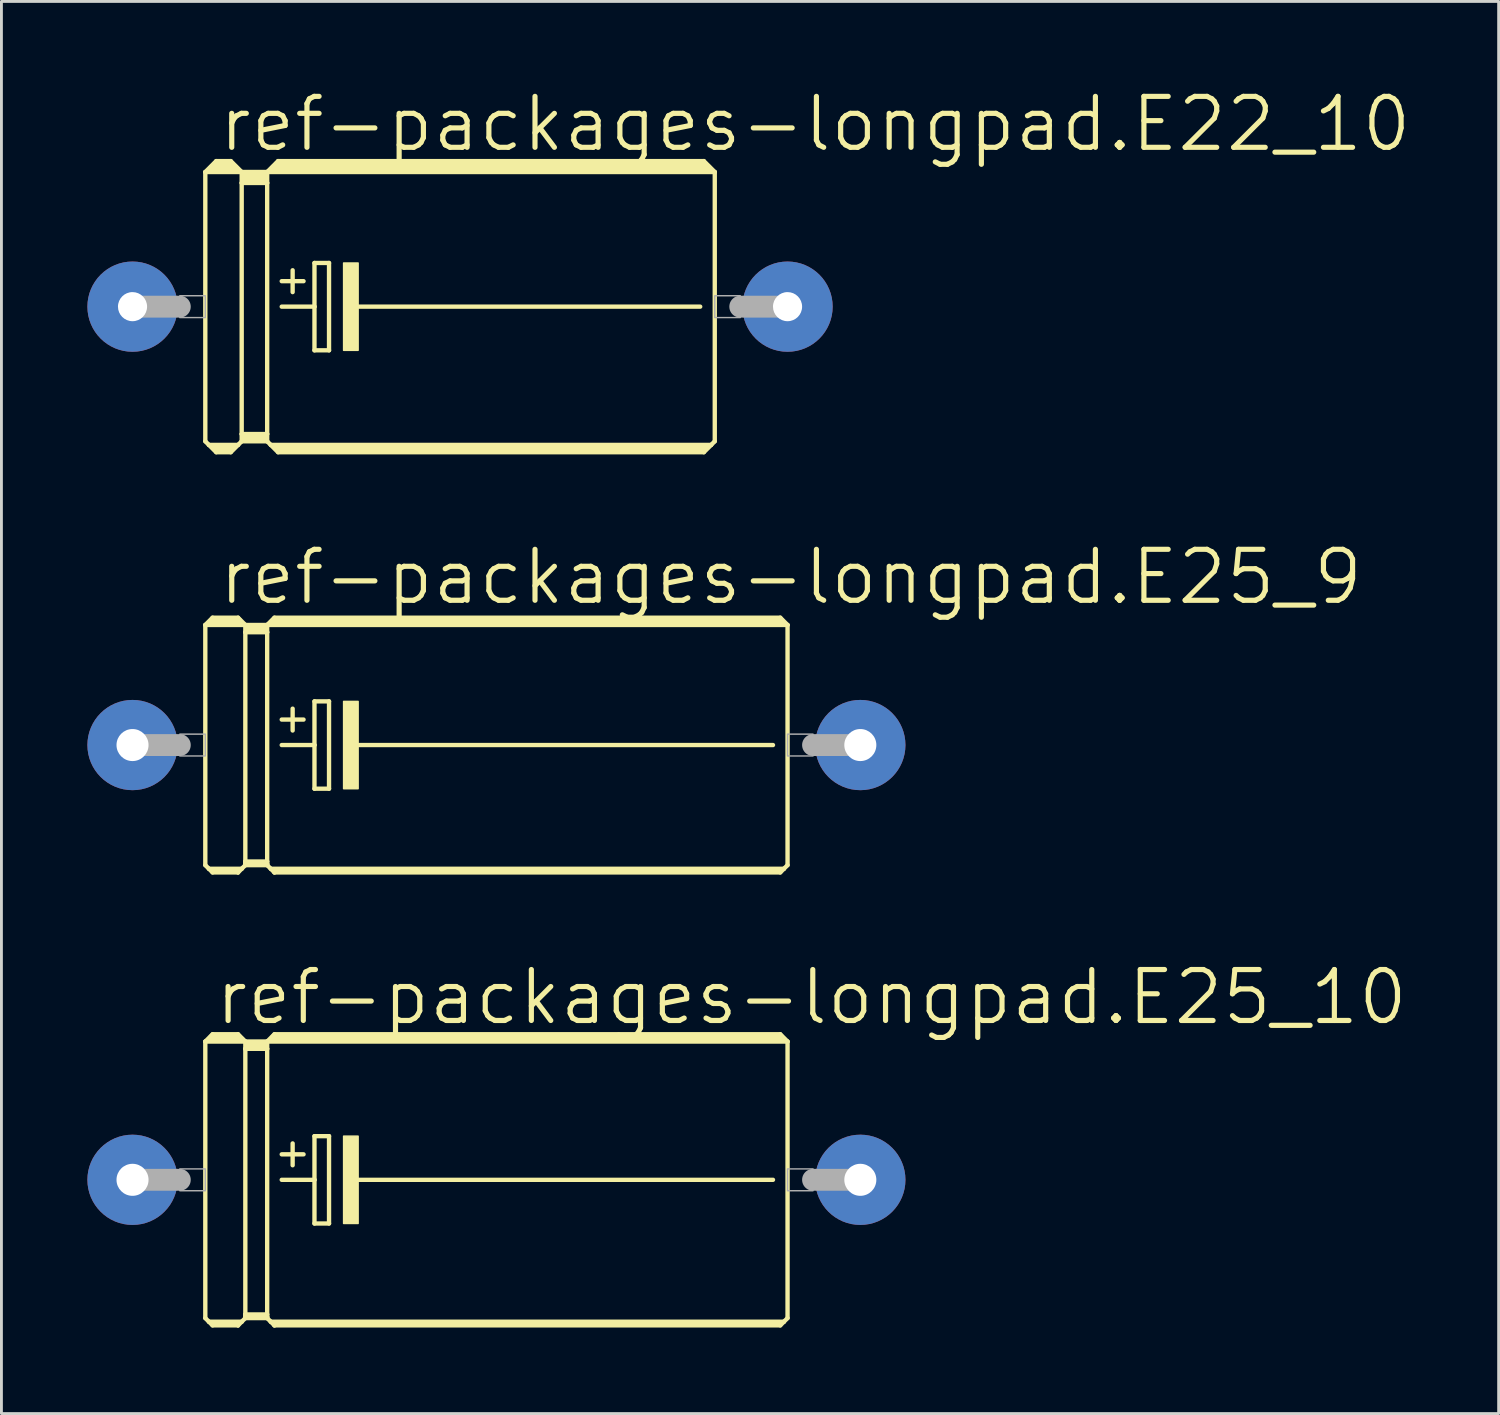
<source format=kicad_pcb>
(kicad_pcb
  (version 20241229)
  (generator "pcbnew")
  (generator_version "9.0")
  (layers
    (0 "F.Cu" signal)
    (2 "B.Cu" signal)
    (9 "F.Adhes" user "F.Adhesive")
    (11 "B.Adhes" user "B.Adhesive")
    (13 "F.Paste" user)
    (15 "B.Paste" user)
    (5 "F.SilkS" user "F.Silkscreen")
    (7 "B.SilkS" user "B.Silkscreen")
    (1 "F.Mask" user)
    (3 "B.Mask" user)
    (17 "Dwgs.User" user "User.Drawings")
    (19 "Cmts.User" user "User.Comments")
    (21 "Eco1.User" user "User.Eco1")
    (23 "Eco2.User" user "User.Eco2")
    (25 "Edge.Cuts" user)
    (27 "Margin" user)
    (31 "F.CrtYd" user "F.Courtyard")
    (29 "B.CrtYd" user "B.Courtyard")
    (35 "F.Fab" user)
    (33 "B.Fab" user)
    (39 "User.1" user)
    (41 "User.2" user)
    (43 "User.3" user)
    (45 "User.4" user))
  (footprint "ref-packages-longpad.E25_9"
    (layer "F.Cu")
    (at 14.275 22.952)
    (property "Reference" "ref-packages-longpad.E25_9" (at -9.779 -4.826 0) (layer "F.SilkS") (effects (font (size 1.778 1.778) (thickness 0.18)) (justify left bottom)))
    (attr through_hole)
    (fp_line (start -10.16 -4.191) (end -10.16 4.191) (stroke (width 0.152) (type default)) (layer "F.SilkS"))
    (fp_line (start -10.16 -4.191) (end -9.906 -4.445) (stroke (width 0.152) (type default)) (layer "F.SilkS"))
    (fp_line (start -10.16 -4.191) (end -8.763 -4.191) (stroke (width 0.152) (type default)) (layer "F.SilkS"))
    (fp_line (start -10.16 4.191) (end -10.033 4.318) (stroke (width 0.152) (type default)) (layer "F.SilkS"))
    (fp_line (start -10.033 4.318) (end -9.906 4.445) (stroke (width 0.152) (type default)) (layer "F.SilkS"))
    (fp_line (start -10.033 4.318) (end -8.89 4.318) (stroke (width 0.152) (type default)) (layer "F.SilkS"))
    (fp_line (start -9.906 -4.445) (end -9.017 -4.445) (stroke (width 0.152) (type default)) (layer "F.SilkS"))
    (fp_line (start -9.906 -4.318) (end -9.017 -4.318) (stroke (width 0.305) (type default)) (layer "F.SilkS"))
    (fp_line (start -9.906 4.394) (end -9.017 4.394) (stroke (width 0.152) (type default)) (layer "F.SilkS"))
    (fp_line (start -9.906 4.445) (end -9.017 4.445) (stroke (width 0.152) (type default)) (layer "F.SilkS"))
    (fp_line (start -9.017 -4.445) (end -8.763 -4.191) (stroke (width 0.152) (type default)) (layer "F.SilkS"))
    (fp_line (start -9.017 4.394) (end -9.017 4.445) (stroke (width 0.152) (type default)) (layer "F.SilkS"))
    (fp_line (start -9.017 4.445) (end -8.89 4.318) (stroke (width 0.152) (type default)) (layer "F.SilkS"))
    (fp_line (start -8.89 4.318) (end -8.763 4.191) (stroke (width 0.152) (type default)) (layer "F.SilkS"))
    (fp_line (start -8.763 -4.191) (end -8.763 -3.937) (stroke (width 0.152) (type default)) (layer "F.SilkS"))
    (fp_line (start -8.763 -3.937) (end -8.001 -3.937) (stroke (width 0.152) (type default)) (layer "F.SilkS"))
    (fp_line (start -8.763 4.064) (end -8.763 -3.937) (stroke (width 0.152) (type default)) (layer "F.SilkS"))
    (fp_line (start -8.763 4.064) (end -8.001 4.064) (stroke (width 0.152) (type default)) (layer "F.SilkS"))
    (fp_line (start -8.763 4.14) (end -8.763 4.064) (stroke (width 0.152) (type default)) (layer "F.SilkS"))
    (fp_line (start -8.763 4.14) (end -8.001 4.14) (stroke (width 0.152) (type default)) (layer "F.SilkS"))
    (fp_line (start -8.763 4.191) (end -8.763 4.14) (stroke (width 0.152) (type default)) (layer "F.SilkS"))
    (fp_line (start -8.636 -4.064) (end -8.128 -4.064) (stroke (width 0.305) (type default)) (layer "F.SilkS"))
    (fp_line (start -8.001 -4.191) (end -8.763 -4.191) (stroke (width 0.152) (type default)) (layer "F.SilkS"))
    (fp_line (start -8.001 -4.191) (end -8.001 -3.937) (stroke (width 0.152) (type default)) (layer "F.SilkS"))
    (fp_line (start -8.001 -4.191) (end 10.16 -4.191) (stroke (width 0.152) (type default)) (layer "F.SilkS"))
    (fp_line (start -8.001 4.064) (end -8.001 -3.937) (stroke (width 0.152) (type default)) (layer "F.SilkS"))
    (fp_line (start -8.001 4.14) (end -8.001 4.064) (stroke (width 0.152) (type default)) (layer "F.SilkS"))
    (fp_line (start -8.001 4.191) (end -8.763 4.191) (stroke (width 0.152) (type default)) (layer "F.SilkS"))
    (fp_line (start -8.001 4.191) (end -8.001 4.14) (stroke (width 0.152) (type default)) (layer "F.SilkS"))
    (fp_line (start -7.874 4.318) (end -8.001 4.191) (stroke (width 0.152) (type default)) (layer "F.SilkS"))
    (fp_line (start -7.874 4.318) (end 10.033 4.318) (stroke (width 0.152) (type default)) (layer "F.SilkS"))
    (fp_line (start -7.747 -4.445) (end -8.001 -4.191) (stroke (width 0.152) (type default)) (layer "F.SilkS"))
    (fp_line (start -7.747 -4.445) (end 9.906 -4.445) (stroke (width 0.152) (type default)) (layer "F.SilkS"))
    (fp_line (start -7.747 -4.318) (end 9.906 -4.318) (stroke (width 0.305) (type default)) (layer "F.SilkS"))
    (fp_line (start -7.747 4.394) (end 9.906 4.394) (stroke (width 0.152) (type default)) (layer "F.SilkS"))
    (fp_line (start -7.747 4.445) (end -7.874 4.318) (stroke (width 0.152) (type default)) (layer "F.SilkS"))
    (fp_line (start -7.747 4.445) (end -7.747 4.394) (stroke (width 0.152) (type default)) (layer "F.SilkS"))
    (fp_line (start -7.747 4.445) (end 9.906 4.445) (stroke (width 0.152) (type default)) (layer "F.SilkS"))
    (fp_line (start -7.493 -0.889) (end -6.731 -0.889) (stroke (width 0.152) (type default)) (layer "F.SilkS"))
    (fp_line (start -7.493 0) (end -6.35 0) (stroke (width 0.152) (type default)) (layer "F.SilkS"))
    (fp_line (start -7.112 -1.27) (end -7.112 -0.508) (stroke (width 0.152) (type default)) (layer "F.SilkS"))
    (fp_line (start -6.35 -1.524) (end -6.35 0) (stroke (width 0.152) (type default)) (layer "F.SilkS"))
    (fp_line (start -6.35 0) (end -6.35 1.524) (stroke (width 0.152) (type default)) (layer "F.SilkS"))
    (fp_line (start -6.35 1.524) (end -5.842 1.524) (stroke (width 0.152) (type default)) (layer "F.SilkS"))
    (fp_line (start -5.842 -1.524) (end -6.35 -1.524) (stroke (width 0.152) (type default)) (layer "F.SilkS"))
    (fp_line (start -5.842 1.524) (end -5.842 -1.524) (stroke (width 0.152) (type default)) (layer "F.SilkS"))
    (fp_line (start -4.953 0) (end 9.652 0) (stroke (width 0.152) (type default)) (layer "F.SilkS"))
    (fp_line (start 9.906 -4.445) (end 10.16 -4.191) (stroke (width 0.152) (type default)) (layer "F.SilkS"))
    (fp_line (start 9.906 4.445) (end 10.033 4.318) (stroke (width 0.152) (type default)) (layer "F.SilkS"))
    (fp_line (start 10.033 4.318) (end 10.16 4.191) (stroke (width 0.152) (type default)) (layer "F.SilkS"))
    (fp_line (start 10.16 4.191) (end 10.16 -4.191) (stroke (width 0.152) (type default)) (layer "F.SilkS"))
    (fp_rect (start -5.334 1.524) (end -4.826 -1.524) (stroke (width 0.05) (type default)) (fill yes) (layer "F.SilkS"))
    (fp_line (start -12.7 0) (end -11.049 0) (stroke (width 0.762) (type default)) (layer "F.Fab"))
    (fp_line (start 12.7 0) (end 11.049 0) (stroke (width 0.762) (type default)) (layer "F.Fab"))
    (fp_rect (start -11.049 0.381) (end -10.16 -0.381) (stroke (width 0.05) (type default)) (fill no) (layer "F.Fab"))
    (fp_rect (start 10.16 0.381) (end 11.049 -0.381) (stroke (width 0.05) (type default)) (fill no) (layer "F.Fab"))
    (pad "+" thru_hole circle (at -12.7 0) (size 3.15 3.15) (drill 1.118) (layers "*.Cu" "*.Mask"))
    (pad "-" thru_hole circle (at 12.7 0) (size 3.15 3.15) (drill 1.118) (layers "*.Cu" "*.Mask")))
  (footprint "ref-packages-longpad.E25_10"
    (layer "F.Cu")
    (at 14.275 38.125)
    (property "Reference" "ref-packages-longpad.E25_10" (at -9.906 -5.334 0) (layer "F.SilkS") (effects (font (size 1.778 1.778) (thickness 0.18)) (justify left bottom)))
    (attr through_hole)
    (fp_line (start -10.16 -4.826) (end -10.16 4.826) (stroke (width 0.152) (type default)) (layer "F.SilkS"))
    (fp_line (start -10.16 -4.826) (end -9.906 -5.08) (stroke (width 0.152) (type default)) (layer "F.SilkS"))
    (fp_line (start -10.16 -4.826) (end -8.763 -4.826) (stroke (width 0.152) (type default)) (layer "F.SilkS"))
    (fp_line (start -10.16 4.826) (end -10.033 4.953) (stroke (width 0.152) (type default)) (layer "F.SilkS"))
    (fp_line (start -10.033 4.953) (end -9.906 5.08) (stroke (width 0.152) (type default)) (layer "F.SilkS"))
    (fp_line (start -10.033 4.953) (end -8.89 4.953) (stroke (width 0.152) (type default)) (layer "F.SilkS"))
    (fp_line (start -9.906 -5.08) (end -9.017 -5.08) (stroke (width 0.152) (type default)) (layer "F.SilkS"))
    (fp_line (start -9.906 -4.953) (end -9.017 -4.953) (stroke (width 0.305) (type default)) (layer "F.SilkS"))
    (fp_line (start -9.906 5.029) (end -9.017 5.029) (stroke (width 0.152) (type default)) (layer "F.SilkS"))
    (fp_line (start -9.906 5.08) (end -9.017 5.08) (stroke (width 0.152) (type default)) (layer "F.SilkS"))
    (fp_line (start -9.017 -5.08) (end -8.763 -4.826) (stroke (width 0.152) (type default)) (layer "F.SilkS"))
    (fp_line (start -9.017 5.029) (end -9.017 5.08) (stroke (width 0.152) (type default)) (layer "F.SilkS"))
    (fp_line (start -9.017 5.08) (end -8.89 4.953) (stroke (width 0.152) (type default)) (layer "F.SilkS"))
    (fp_line (start -8.89 4.953) (end -8.763 4.826) (stroke (width 0.152) (type default)) (layer "F.SilkS"))
    (fp_line (start -8.763 -4.826) (end -8.763 -4.572) (stroke (width 0.152) (type default)) (layer "F.SilkS"))
    (fp_line (start -8.763 -4.572) (end -8.001 -4.572) (stroke (width 0.152) (type default)) (layer "F.SilkS"))
    (fp_line (start -8.763 4.699) (end -8.763 -4.572) (stroke (width 0.152) (type default)) (layer "F.SilkS"))
    (fp_line (start -8.763 4.699) (end -8.001 4.699) (stroke (width 0.152) (type default)) (layer "F.SilkS"))
    (fp_line (start -8.763 4.775) (end -8.763 4.699) (stroke (width 0.152) (type default)) (layer "F.SilkS"))
    (fp_line (start -8.763 4.775) (end -8.001 4.775) (stroke (width 0.152) (type default)) (layer "F.SilkS"))
    (fp_line (start -8.763 4.826) (end -8.763 4.775) (stroke (width 0.152) (type default)) (layer "F.SilkS"))
    (fp_line (start -8.636 -4.699) (end -8.128 -4.699) (stroke (width 0.305) (type default)) (layer "F.SilkS"))
    (fp_line (start -8.001 -4.826) (end -8.763 -4.826) (stroke (width 0.152) (type default)) (layer "F.SilkS"))
    (fp_line (start -8.001 -4.826) (end -8.001 -4.572) (stroke (width 0.152) (type default)) (layer "F.SilkS"))
    (fp_line (start -8.001 -4.826) (end 10.16 -4.826) (stroke (width 0.152) (type default)) (layer "F.SilkS"))
    (fp_line (start -8.001 4.699) (end -8.001 -4.572) (stroke (width 0.152) (type default)) (layer "F.SilkS"))
    (fp_line (start -8.001 4.775) (end -8.001 4.699) (stroke (width 0.152) (type default)) (layer "F.SilkS"))
    (fp_line (start -8.001 4.826) (end -8.763 4.826) (stroke (width 0.152) (type default)) (layer "F.SilkS"))
    (fp_line (start -8.001 4.826) (end -8.001 4.775) (stroke (width 0.152) (type default)) (layer "F.SilkS"))
    (fp_line (start -7.874 4.953) (end -8.001 4.826) (stroke (width 0.152) (type default)) (layer "F.SilkS"))
    (fp_line (start -7.874 4.953) (end 10.033 4.953) (stroke (width 0.152) (type default)) (layer "F.SilkS"))
    (fp_line (start -7.747 -5.08) (end -8.001 -4.826) (stroke (width 0.152) (type default)) (layer "F.SilkS"))
    (fp_line (start -7.747 -5.08) (end 9.906 -5.08) (stroke (width 0.152) (type default)) (layer "F.SilkS"))
    (fp_line (start -7.747 -4.953) (end 9.906 -4.953) (stroke (width 0.305) (type default)) (layer "F.SilkS"))
    (fp_line (start -7.747 5.029) (end 9.906 5.029) (stroke (width 0.152) (type default)) (layer "F.SilkS"))
    (fp_line (start -7.747 5.08) (end -7.874 4.953) (stroke (width 0.152) (type default)) (layer "F.SilkS"))
    (fp_line (start -7.747 5.08) (end -7.747 5.029) (stroke (width 0.152) (type default)) (layer "F.SilkS"))
    (fp_line (start -7.747 5.08) (end 9.906 5.08) (stroke (width 0.152) (type default)) (layer "F.SilkS"))
    (fp_line (start -7.493 -0.889) (end -6.731 -0.889) (stroke (width 0.152) (type default)) (layer "F.SilkS"))
    (fp_line (start -7.493 0) (end -6.35 0) (stroke (width 0.152) (type default)) (layer "F.SilkS"))
    (fp_line (start -7.112 -1.27) (end -7.112 -0.508) (stroke (width 0.152) (type default)) (layer "F.SilkS"))
    (fp_line (start -6.35 -1.524) (end -6.35 0) (stroke (width 0.152) (type default)) (layer "F.SilkS"))
    (fp_line (start -6.35 0) (end -6.35 1.524) (stroke (width 0.152) (type default)) (layer "F.SilkS"))
    (fp_line (start -6.35 1.524) (end -5.842 1.524) (stroke (width 0.152) (type default)) (layer "F.SilkS"))
    (fp_line (start -5.842 -1.524) (end -6.35 -1.524) (stroke (width 0.152) (type default)) (layer "F.SilkS"))
    (fp_line (start -5.842 1.524) (end -5.842 -1.524) (stroke (width 0.152) (type default)) (layer "F.SilkS"))
    (fp_line (start -4.953 0) (end 9.652 0) (stroke (width 0.152) (type default)) (layer "F.SilkS"))
    (fp_line (start 9.906 -5.08) (end 10.16 -4.826) (stroke (width 0.152) (type default)) (layer "F.SilkS"))
    (fp_line (start 9.906 5.08) (end 10.033 4.953) (stroke (width 0.152) (type default)) (layer "F.SilkS"))
    (fp_line (start 10.033 4.953) (end 10.16 4.826) (stroke (width 0.152) (type default)) (layer "F.SilkS"))
    (fp_line (start 10.16 4.826) (end 10.16 -4.826) (stroke (width 0.152) (type default)) (layer "F.SilkS"))
    (fp_rect (start -5.334 1.524) (end -4.826 -1.524) (stroke (width 0.05) (type default)) (fill yes) (layer "F.SilkS"))
    (fp_line (start -12.7 0) (end -11.049 0) (stroke (width 0.762) (type default)) (layer "F.Fab"))
    (fp_line (start 12.7 0) (end 11.049 0) (stroke (width 0.762) (type default)) (layer "F.Fab"))
    (fp_rect (start -11.049 0.381) (end -10.16 -0.381) (stroke (width 0.05) (type default)) (fill no) (layer "F.Fab"))
    (fp_rect (start 10.16 0.381) (end 11.049 -0.381) (stroke (width 0.05) (type default)) (fill no) (layer "F.Fab"))
    (pad "+" thru_hole circle (at -12.7 0) (size 3.15 3.15) (drill 1.118) (layers "*.Cu" "*.Mask"))
    (pad "-" thru_hole circle (at 12.7 0) (size 3.15 3.15) (drill 1.118) (layers "*.Cu" "*.Mask")))
  (footprint "ref-packages-longpad.E22_10"
    (layer "F.Cu")
    (at 13.005 7.652)
    (property "Reference" "ref-packages-longpad.E22_10" (at -8.509 -5.334 0) (layer "F.SilkS") (effects (font (size 1.778 1.778) (thickness 0.18)) (justify left bottom)))
    (attr through_hole)
    (fp_line (start -8.89 -4.699) (end -8.89 4.699) (stroke (width 0.152) (type default)) (layer "F.SilkS"))
    (fp_line (start -8.89 -4.699) (end -8.509 -5.08) (stroke (width 0.152) (type default)) (layer "F.SilkS"))
    (fp_line (start -8.89 -4.699) (end -7.62 -4.699) (stroke (width 0.152) (type default)) (layer "F.SilkS"))
    (fp_line (start -8.89 4.699) (end -8.763 4.826) (stroke (width 0.152) (type default)) (layer "F.SilkS"))
    (fp_line (start -8.763 4.826) (end -8.509 5.08) (stroke (width 0.152) (type default)) (layer "F.SilkS"))
    (fp_line (start -8.763 4.826) (end -7.747 4.826) (stroke (width 0.152) (type default)) (layer "F.SilkS"))
    (fp_line (start -8.636 -4.826) (end -7.874 -4.826) (stroke (width 0.305) (type default)) (layer "F.SilkS"))
    (fp_line (start -8.509 -5.08) (end -8.001 -5.08) (stroke (width 0.152) (type default)) (layer "F.SilkS"))
    (fp_line (start -8.509 -4.953) (end -8.001 -4.953) (stroke (width 0.305) (type default)) (layer "F.SilkS"))
    (fp_line (start -8.509 4.953) (end -8.001 4.953) (stroke (width 0.254) (type default)) (layer "F.SilkS"))
    (fp_line (start -8.509 5.08) (end -8.001 5.08) (stroke (width 0.152) (type default)) (layer "F.SilkS"))
    (fp_line (start -7.747 4.826) (end -8.001 5.08) (stroke (width 0.152) (type default)) (layer "F.SilkS"))
    (fp_line (start -7.62 -4.699) (end -8.001 -5.08) (stroke (width 0.152) (type default)) (layer "F.SilkS"))
    (fp_line (start -7.62 -4.699) (end -7.62 -4.318) (stroke (width 0.152) (type default)) (layer "F.SilkS"))
    (fp_line (start -7.62 -4.699) (end -6.731 -4.699) (stroke (width 0.152) (type default)) (layer "F.SilkS"))
    (fp_line (start -7.62 -4.318) (end -6.731 -4.318) (stroke (width 0.152) (type default)) (layer "F.SilkS"))
    (fp_line (start -7.62 4.445) (end -7.62 -4.318) (stroke (width 0.152) (type default)) (layer "F.SilkS"))
    (fp_line (start -7.62 4.445) (end -6.731 4.445) (stroke (width 0.152) (type default)) (layer "F.SilkS"))
    (fp_line (start -7.62 4.699) (end -7.747 4.826) (stroke (width 0.152) (type default)) (layer "F.SilkS"))
    (fp_line (start -7.62 4.699) (end -7.62 4.445) (stroke (width 0.152) (type default)) (layer "F.SilkS"))
    (fp_line (start -7.62 4.699) (end -6.731 4.699) (stroke (width 0.152) (type default)) (layer "F.SilkS"))
    (fp_line (start -7.493 -4.572) (end -6.858 -4.572) (stroke (width 0.305) (type default)) (layer "F.SilkS"))
    (fp_line (start -7.493 -4.445) (end -6.858 -4.445) (stroke (width 0.305) (type default)) (layer "F.SilkS"))
    (fp_line (start -7.493 4.572) (end -6.858 4.572) (stroke (width 0.254) (type default)) (layer "F.SilkS"))
    (fp_line (start -6.731 -4.699) (end -6.731 -4.318) (stroke (width 0.152) (type default)) (layer "F.SilkS"))
    (fp_line (start -6.731 -4.699) (end 8.89 -4.699) (stroke (width 0.152) (type default)) (layer "F.SilkS"))
    (fp_line (start -6.731 -4.318) (end -6.731 4.445) (stroke (width 0.152) (type default)) (layer "F.SilkS"))
    (fp_line (start -6.731 4.445) (end -6.731 4.699) (stroke (width 0.152) (type default)) (layer "F.SilkS"))
    (fp_line (start -6.604 4.826) (end -6.731 4.699) (stroke (width 0.152) (type default)) (layer "F.SilkS"))
    (fp_line (start -6.604 4.826) (end 8.763 4.826) (stroke (width 0.152) (type default)) (layer "F.SilkS"))
    (fp_line (start -6.477 -4.826) (end 8.636 -4.826) (stroke (width 0.305) (type default)) (layer "F.SilkS"))
    (fp_line (start -6.35 -5.08) (end -6.731 -4.699) (stroke (width 0.152) (type default)) (layer "F.SilkS"))
    (fp_line (start -6.35 -5.08) (end 8.509 -5.08) (stroke (width 0.152) (type default)) (layer "F.SilkS"))
    (fp_line (start -6.35 -4.953) (end 8.509 -4.953) (stroke (width 0.305) (type default)) (layer "F.SilkS"))
    (fp_line (start -6.35 4.953) (end 8.509 4.953) (stroke (width 0.254) (type default)) (layer "F.SilkS"))
    (fp_line (start -6.35 5.08) (end -6.604 4.826) (stroke (width 0.152) (type default)) (layer "F.SilkS"))
    (fp_line (start -6.35 5.08) (end 8.509 5.08) (stroke (width 0.152) (type default)) (layer "F.SilkS"))
    (fp_line (start -6.223 -0.889) (end -5.461 -0.889) (stroke (width 0.152) (type default)) (layer "F.SilkS"))
    (fp_line (start -6.223 0) (end -5.08 0) (stroke (width 0.152) (type default)) (layer "F.SilkS"))
    (fp_line (start -5.842 -1.27) (end -5.842 -0.508) (stroke (width 0.152) (type default)) (layer "F.SilkS"))
    (fp_line (start -5.08 -1.524) (end -5.08 0) (stroke (width 0.152) (type default)) (layer "F.SilkS"))
    (fp_line (start -5.08 0) (end -5.08 1.524) (stroke (width 0.152) (type default)) (layer "F.SilkS"))
    (fp_line (start -5.08 1.524) (end -4.572 1.524) (stroke (width 0.152) (type default)) (layer "F.SilkS"))
    (fp_line (start -4.572 -1.524) (end -5.08 -1.524) (stroke (width 0.152) (type default)) (layer "F.SilkS"))
    (fp_line (start -4.572 1.524) (end -4.572 -1.524) (stroke (width 0.152) (type default)) (layer "F.SilkS"))
    (fp_line (start -3.683 0) (end 8.382 0) (stroke (width 0.152) (type default)) (layer "F.SilkS"))
    (fp_line (start 8.509 -5.08) (end 8.89 -4.699) (stroke (width 0.152) (type default)) (layer "F.SilkS"))
    (fp_line (start 8.509 5.08) (end 8.763 4.826) (stroke (width 0.152) (type default)) (layer "F.SilkS"))
    (fp_line (start 8.763 4.826) (end 8.89 4.699) (stroke (width 0.152) (type default)) (layer "F.SilkS"))
    (fp_line (start 8.89 -4.699) (end 8.89 4.699) (stroke (width 0.152) (type default)) (layer "F.SilkS"))
    (fp_rect (start -4.064 1.524) (end -3.556 -1.524) (stroke (width 0.05) (type default)) (fill yes) (layer "F.SilkS"))
    (fp_line (start -11.43 0) (end -9.779 0) (stroke (width 0.762) (type default)) (layer "F.Fab"))
    (fp_line (start 11.43 0) (end 9.779 0) (stroke (width 0.762) (type default)) (layer "F.Fab"))
    (fp_rect (start -9.779 0.381) (end -8.89 -0.381) (stroke (width 0.05) (type default)) (fill no) (layer "F.Fab"))
    (fp_rect (start 8.89 0.381) (end 9.779 -0.381) (stroke (width 0.05) (type default)) (fill no) (layer "F.Fab"))
    (pad "+" thru_hole circle (at -11.43 0) (size 3.15 3.15) (drill 1.016) (layers "*.Cu" "*.Mask"))
    (pad "-" thru_hole circle (at 11.43 0) (size 3.15 3.15) (drill 1.016) (layers "*.Cu" "*.Mask")))
  (gr_rect
    (start -3 -3)
    (end 49.252 46.282)
    (stroke (width 0.1) (type default))
    (fill no)
    (layer "Edge.Cuts")))
</source>
